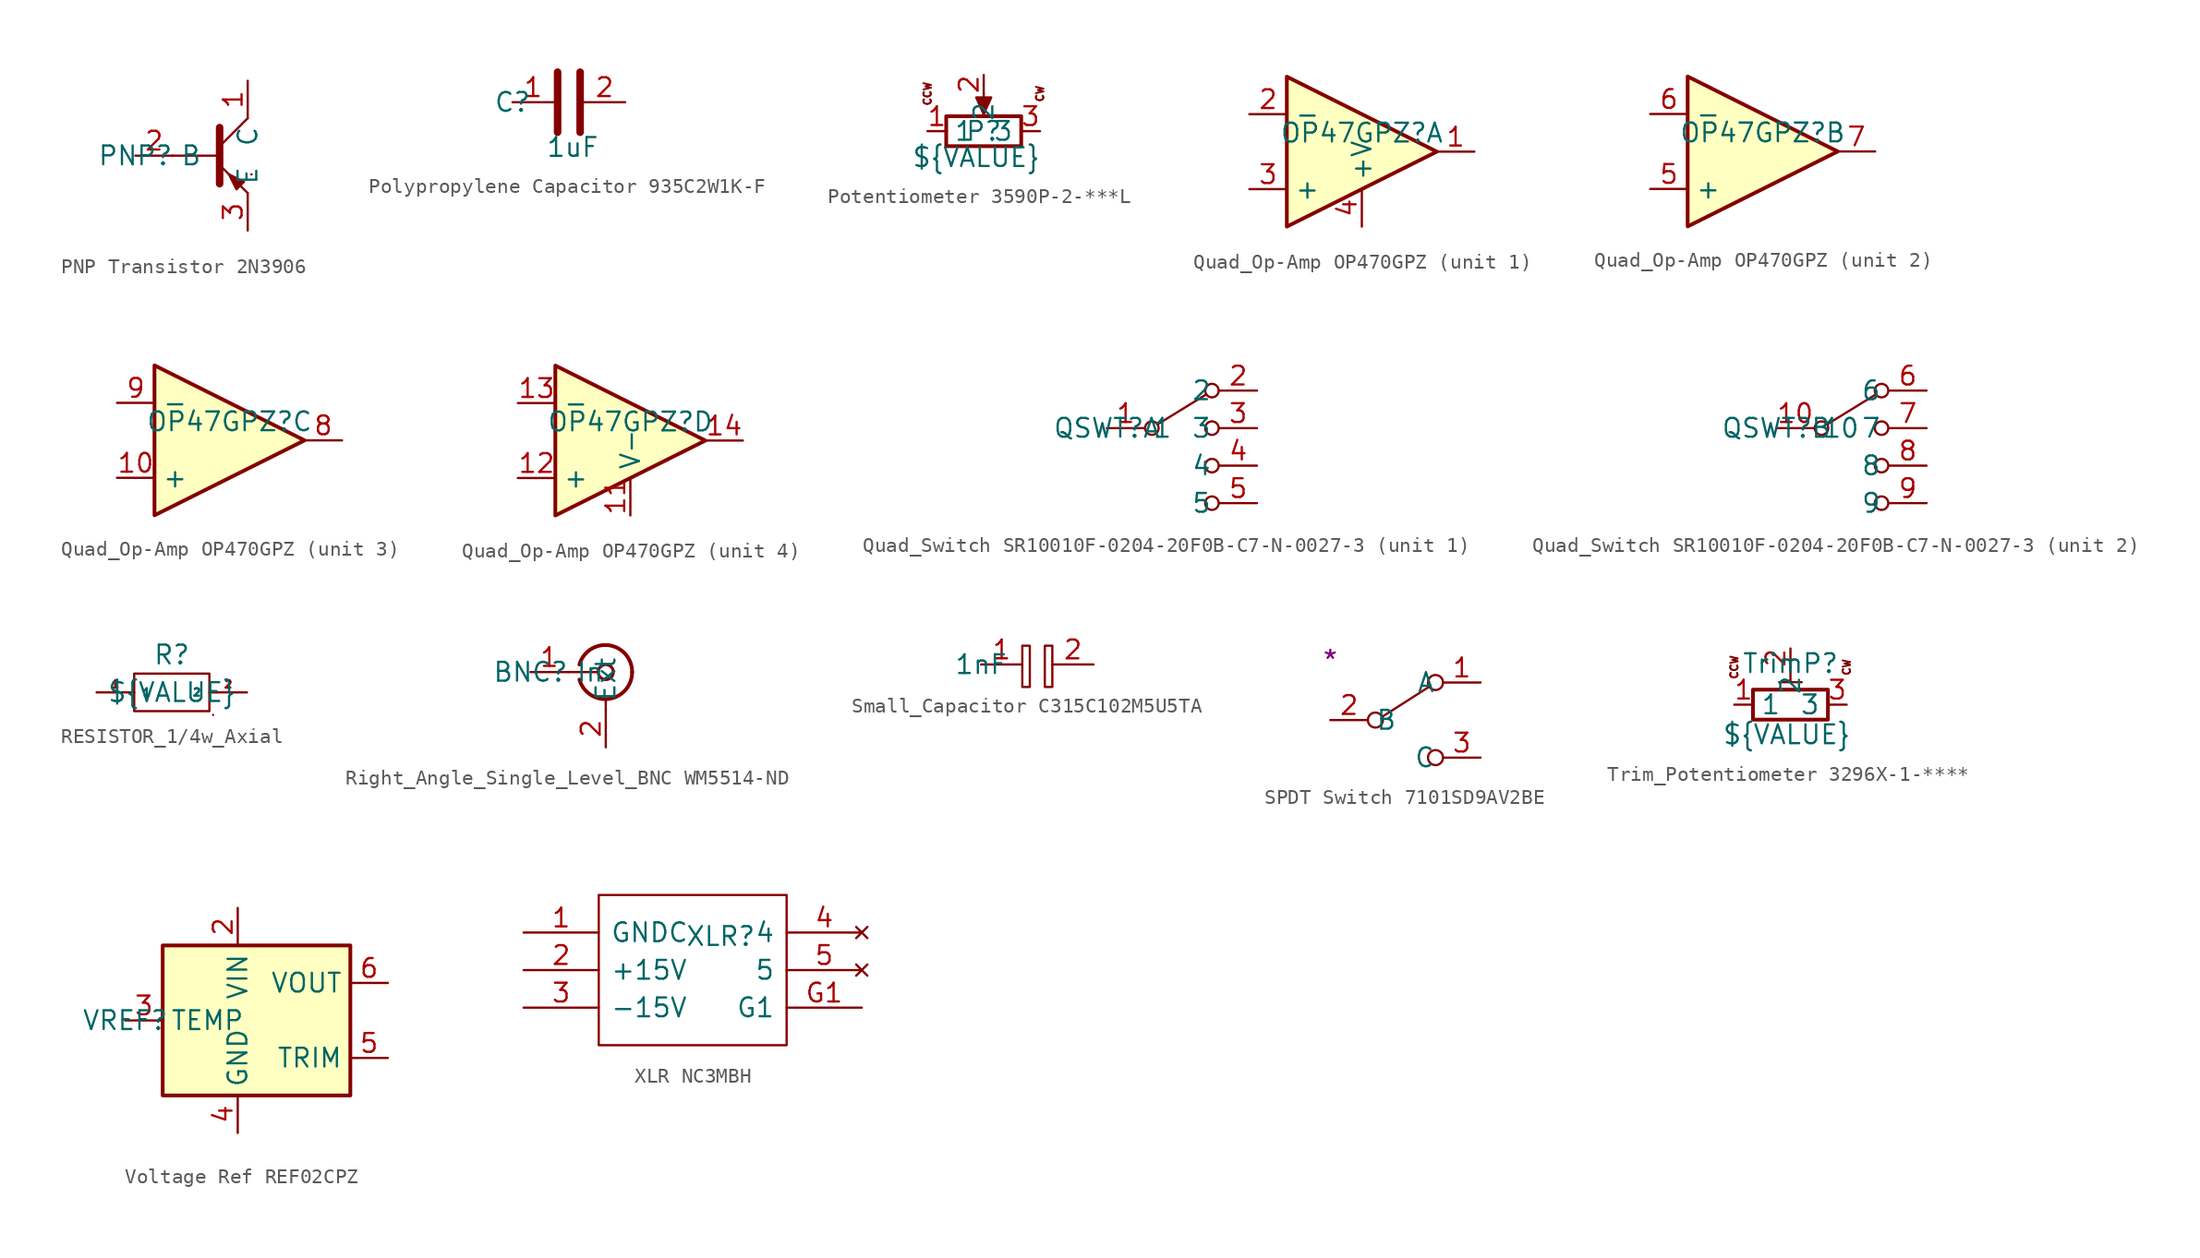
<source format=kicad_sym>
(kicad_symbol_lib
  (version 20220914)
  (generator kicad_symbol_editor)
  (symbol "PNP Transistor 2N3906"
    (property "Reference" "PNP"
      (at 0 0 0)
      (effects (font (size 1.27 1.27))))
    (symbol "PNP Transistor 2N3906_0_1"
      (polyline (pts (xy 2.54 0) (xy 5.715 0)) (stroke (width 0.152) (type default)) (fill (type none)))
      (polyline (pts (xy 5.715 0.635) (xy 7.62 2.54)) (stroke (width 0) (type default)) (fill (type none)))
      (polyline (pts (xy 7.874 -1.27) (xy 7.874 -1.27)) (stroke (width 0.152) (type default)) (fill (type none)))
      (polyline (pts (xy 7.874 -1.27) (xy 7.874 -1.27)) (stroke (width 0.152) (type default)) (fill (type none)))
      (polyline (pts (xy 5.715 -0.635) (xy 7.62 -2.54) (xy 7.62 -2.54)) (stroke (width 0) (type default)) (fill (type none)))
      (polyline (pts (xy 5.715 1.905) (xy 5.715 -1.905) (xy 5.715 -1.905)) (stroke (width 0.508) (type default)) (fill (type none)))
      (polyline (pts (xy 7.366 -1.778) (xy 6.858 -2.286) (xy 6.35 -1.27) (xy 7.366 -1.778) (xy 7.366 -1.778)) (stroke (width 0) (type default)) (fill (type outline))))
    (symbol "PNP Transistor 2N3906_1_1"
      (pin open_collector line (at 7.62 5.08 270) (length 2.54) (name "C" (effects (font (size 1.27 1.27)))) (number "1" (effects (font (size 1.27 1.27)))))
      (pin input line (at 0 0 0) (length 2.54) (name "B" (effects (font (size 1.27 1.27)))) (number "2" (effects (font (size 1.27 1.27)))))
      (pin open_emitter line (at 7.62 -5.08 90) (length 2.54) (name "E" (effects (font (size 1.27 1.27)))) (number "3" (effects (font (size 1.27 1.27)))))))
  (symbol "Polypropylene Capacitor 935C2W1K-F"
    (property "Reference" "C"
      (at 0 0 0)
      (effects (font (size 1.27 1.27))))
    (property "Value" "1uF"
      (at 4.064 -3.048 0)
      (effects (font (size 1.27 1.27))))
    (symbol "Polypropylene Capacitor 935C2W1K-F_0_1"
      (polyline (pts (xy 3.048 -2.032) (xy 3.048 2.032)) (stroke (width 0.508) (type default)) (fill (type none)))
      (polyline (pts (xy 4.572 -2.032) (xy 4.572 2.032)) (stroke (width 0.508) (type default)) (fill (type none))))
    (symbol "Polypropylene Capacitor 935C2W1K-F_1_1"
      (pin passive line (at 0 0 0) (length 2.794) (name "~" (effects (font (size 1.27 1.27)))) (number "1" (effects (font (size 1.27 1.27)))))
      (pin passive line (at 7.62 0 180) (length 2.794) (name "~" (effects (font (size 1.27 1.27)))) (number "2" (effects (font (size 1.27 1.27)))))))
  (symbol "Potentiometer 3590P-2-***L"
    (property "Reference" "P"
      (at 3.81 0 0)
      (effects (font (size 1.27 1.27))))
    (property "Value" "${VALUE}"
      (at 3.302 -1.778 0)
      (effects (font (size 1.27 1.27))))
    (symbol "Potentiometer 3590P-2-***L_0_1"
      (polyline (pts (xy 3.81 2.54) (xy 3.81 1.524)) (stroke (width 0) (type default)) (fill (type none)))
      (polyline (pts (xy 3.81 1.143) (xy 3.302 2.286) (xy 4.318 2.286) (xy 3.81 1.143)) (stroke (width 0) (type default)) (fill (type outline)))
      (rectangle (start 1.27 1.016) (end 6.35 -1.016) (stroke (width 0.254) (type default)) (fill (type none))))
    (symbol "Potentiometer 3590P-2-***L_1_1"
      (text "CCW" (at 0 2.54 900) (effects (font (size 0.5 0.5))))
      (text "CW" (at 7.62 2.54 900) (effects (font (size 0.5 0.5))))
      (pin passive line (at 0 0 0) (length 1.27) (name "1" (effects (font (size 1.27 1.27)))) (number "1" (effects (font (size 1.27 1.27)))))
      (pin passive line (at 3.81 3.81 270) (length 1.27) (name "2" (effects (font (size 1.27 1.27)))) (number "2" (effects (font (size 1.27 1.27)))))
      (pin passive line (at 7.62 0 180) (length 1.27) (name "3" (effects (font (size 1.27 1.27)))) (number "3" (effects (font (size 1.27 1.27)))))))
  (symbol "Quad_Op-Amp OP470GPZ"
    (property "Reference" "OP47GPZ"
      (at 0 6.35 0)
      (effects (font (size 1.27 1.27))))
    (property "Value" ""
      (at 0 0 0)
      (effects (font (size 1.27 1.27))))
    (property "ki_locked" ""
      (at 0 0 0)
      (effects (font (size 1.27 1.27))))
    (symbol "Quad_Op-Amp OP470GPZ_0_1"
      (polyline (pts (xy 5.08 5.08) (xy -5.08 10.16) (xy -5.08 0) (xy 5.08 5.08)) (stroke (width 0.254) (type default)) (fill (type background))))
    (symbol "Quad_Op-Amp OP470GPZ_1_1"
      (pin output line (at 7.62 5.08 180) (length 2.54) (name "~" (effects (font (size 1.27 1.27)))) (number "1" (effects (font (size 1.27 1.27)))))
      (pin input line (at -7.62 7.62 0) (length 2.54) (name "-" (effects (font (size 1.27 1.27)))) (number "2" (effects (font (size 1.27 1.27)))))
      (pin input line (at -7.62 2.54 0) (length 2.54) (name "+" (effects (font (size 1.27 1.27)))) (number "3" (effects (font (size 1.27 1.27)))))
      (pin power_in line (at 0 0 90) (length 2.54) (name "+V" (effects (font (size 1.27 1.27)))) (number "4" (effects (font (size 1.27 1.27))))))
    (symbol "Quad_Op-Amp OP470GPZ_2_1"
      (pin input line (at -7.62 2.54 0) (length 2.54) (name "+" (effects (font (size 1.27 1.27)))) (number "5" (effects (font (size 1.27 1.27)))))
      (pin input line (at -7.62 7.62 0) (length 2.54) (name "-" (effects (font (size 1.27 1.27)))) (number "6" (effects (font (size 1.27 1.27)))))
      (pin output line (at 7.62 5.08 180) (length 2.54) (name "~" (effects (font (size 1.27 1.27)))) (number "7" (effects (font (size 1.27 1.27))))))
    (symbol "Quad_Op-Amp OP470GPZ_3_1"
      (pin input line (at -7.62 2.54 0) (length 2.54) (name "+" (effects (font (size 1.27 1.27)))) (number "10" (effects (font (size 1.27 1.27)))))
      (pin output line (at 7.62 5.08 180) (length 2.54) (name "~" (effects (font (size 1.27 1.27)))) (number "8" (effects (font (size 1.27 1.27)))))
      (pin input line (at -7.62 7.62 0) (length 2.54) (name "-" (effects (font (size 1.27 1.27)))) (number "9" (effects (font (size 1.27 1.27))))))
    (symbol "Quad_Op-Amp OP470GPZ_4_1"
      (pin power_in line (at 0 0 90) (length 2.54) (name "V-" (effects (font (size 1.27 1.27)))) (number "11" (effects (font (size 1.27 1.27)))))
      (pin input line (at -7.62 2.54 0) (length 2.54) (name "+" (effects (font (size 1.27 1.27)))) (number "12" (effects (font (size 1.27 1.27)))))
      (pin input line (at -7.62 7.62 0) (length 2.54) (name "-" (effects (font (size 1.27 1.27)))) (number "13" (effects (font (size 1.27 1.27)))))
      (pin output line (at 7.62 5.08 180) (length 2.54) (name "~" (effects (font (size 1.27 1.27)))) (number "14" (effects (font (size 1.27 1.27)))))))
  (symbol "Quad_Switch SR10010F-0204-20F0B-C7-N-0027-3"
    (property "Reference" "QSWT"
      (at 0 0 0)
      (effects (font (size 1.27 1.27))))
    (property "Value" ""
      (at 0 0 0)
      (effects (font (size 1.27 1.27))))
    (symbol "Quad_Switch SR10010F-0204-20F0B-C7-N-0027-3_0_1"
      (polyline (pts (xy 3.429 0.254) (xy 6.731 2.286)) (stroke (width 0) (type default)) (fill (type none)))
      (circle (center 3.048 0) (radius 0.457) (stroke (width 0) (type default)) (fill (type none)))
      (circle (center 7.112 -5.08) (radius 0.457) (stroke (width 0) (type default)) (fill (type none)))
      (circle (center 7.112 -2.54) (radius 0.457) (stroke (width 0) (type default)) (fill (type none)))
      (circle (center 7.112 0) (radius 0.457) (stroke (width 0) (type default)) (fill (type none)))
      (circle (center 7.112 2.54) (radius 0.457) (stroke (width 0) (type default)) (fill (type none))))
    (symbol "Quad_Switch SR10010F-0204-20F0B-C7-N-0027-3_1_1"
      (pin passive line (at 0 0 0) (length 2.54) (name "1" (effects (font (size 1.27 1.27)))) (number "1" (effects (font (size 1.27 1.27)))))
      (pin passive line (at 10.16 2.54 180) (length 2.54) (name "2" (effects (font (size 1.27 1.27)))) (number "2" (effects (font (size 1.27 1.27)))))
      (pin passive line (at 10.16 0 180) (length 2.54) (name "3" (effects (font (size 1.27 1.27)))) (number "3" (effects (font (size 1.27 1.27)))))
      (pin passive line (at 10.16 -2.54 180) (length 2.54) (name "4" (effects (font (size 1.27 1.27)))) (number "4" (effects (font (size 1.27 1.27)))))
      (pin passive line (at 10.16 -5.08 180) (length 2.54) (name "5" (effects (font (size 1.27 1.27)))) (number "5" (effects (font (size 1.27 1.27))))))
    (symbol "Quad_Switch SR10010F-0204-20F0B-C7-N-0027-3_2_1"
      (pin passive line (at 0 0 0) (length 2.54) (name "10" (effects (font (size 1.27 1.27)))) (number "10" (effects (font (size 1.27 1.27)))))
      (pin passive line (at 10.16 2.54 180) (length 2.54) (name "6" (effects (font (size 1.27 1.27)))) (number "6" (effects (font (size 1.27 1.27)))))
      (pin passive line (at 10.16 0 180) (length 2.54) (name "7" (effects (font (size 1.27 1.27)))) (number "7" (effects (font (size 1.27 1.27)))))
      (pin passive line (at 10.16 -2.54 180) (length 2.54) (name "8" (effects (font (size 1.27 1.27)))) (number "8" (effects (font (size 1.27 1.27)))))
      (pin passive line (at 10.16 -5.08 180) (length 2.54) (name "9" (effects (font (size 1.27 1.27)))) (number "9" (effects (font (size 1.27 1.27)))))))
  (symbol "RESISTOR_1/4w_Axial"
    (property "Reference" "R"
      (at 0 2.54 0)
      (effects (font (size 1.27 1.27))))
    (property "Value" "${VALUE}"
      (at 0 0 0)
      (effects (font (size 1.27 1.27))))
    (symbol "RESISTOR_1/4w_Axial_0_1"
      (rectangle (start -2.54 1.27) (end 2.54 -1.27) (stroke (width 0) (type default)) (fill (type none)))
      (rectangle (start 2.794 -1.524) (end 2.794 -1.524) (stroke (width 0) (type default)) (fill (type none))))
    (symbol "RESISTOR_1/4w_Axial_1_1"
      (pin bidirectional line (at -5.08 0 0) (length 2.54) (name "1" (effects (font (size 0.5 0.5)))) (number "1" (effects (font (size 0.5 0.5)))))
      (pin bidirectional line (at 5.08 0 180) (length 2.54) (name "2" (effects (font (size 0.5 0.5)))) (number "2" (effects (font (size 0.5 0.5)))))))
  (symbol "Right_Angle_Single_Level_BNC WM5514-ND"
    (property "Reference" "BNC"
      (at 0 0 0)
      (effects (font (size 1.27 1.27))))
    (symbol "Right_Angle_Single_Level_BNC WM5514-ND_0_1"
      (polyline (pts (xy 2.54 0) (xy 4.572 0)) (stroke (width 0) (type default)) (fill (type none)))
      (polyline (pts (xy 5.08 -2.54) (xy 5.08 -1.778)) (stroke (width 0) (type default)) (fill (type none)))
      (arc (start 3.302 -0.508) (mid 5.302 -1.808) (end 6.858 0) (stroke (width 0.254) (type default)) (fill (type none)))
      (circle (center 5.08 0) (radius 0.508) (stroke (width 0.203) (type default)) (fill (type none)))
      (arc (start 6.858 0) (mid 5.3021 1.8083) (end 3.302 0.508) (stroke (width 0.254) (type default)) (fill (type none))))
    (symbol "Right_Angle_Single_Level_BNC WM5514-ND_1_1"
      (pin passive line (at 0 0 0) (length 2.54) (name "In" (effects (font (size 1.27 1.27)))) (number "1" (effects (font (size 1.27 1.27)))))
      (pin passive line (at 5.08 -5.08 90) (length 2.54) (name "Ext" (effects (font (size 1.27 1.27)))) (number "2" (effects (font (size 1.27 1.27)))))))
  (symbol "Small_Capacitor C315C102M5U5TA"
    (property "Reference" "SC"
      (at 0 0 0)
      (effects (font (size 1.27 1.27)) hide))
    (property "Value" "1nF"
      (at 0 0 0)
      (effects (font (size 1.27 1.27))))
    (symbol "Small_Capacitor C315C102M5U5TA_0_1"
      (rectangle (start 2.794 1.27) (end 3.302 -1.524) (stroke (width 0) (type default)) (fill (type none)))
      (rectangle (start 4.318 1.27) (end 4.826 -1.524) (stroke (width 0) (type default)) (fill (type none))))
    (symbol "Small_Capacitor C315C102M5U5TA_1_1"
      (pin passive line (at 0 0 0) (length 2.794) (name "~" (effects (font (size 1.27 1.27)))) (number "1" (effects (font (size 1.27 1.27)))))
      (pin passive line (at 7.62 0 180) (length 2.794) (name "~" (effects (font (size 1.27 1.27)))) (number "2" (effects (font (size 1.27 1.27)))))))
  (symbol "SPDT Switch 7101SD9AV2BE"
    (property "Reference" "SW"
      (at 6.35 0 0)
      (effects (font (size 1.27 1.27)) hide))
    (property "Name" "*"
      (at 0 4.064 0)
      (effects (font (size 1.27 1.27))))
    (symbol "SPDT Switch 7101SD9AV2BE_0_0"
      (circle (center 3.048 0) (radius 0.508) (stroke (width 0) (type default)) (fill (type none)))
      (circle (center 7.112 -2.54) (radius 0.508) (stroke (width 0) (type default)) (fill (type none))))
    (symbol "SPDT Switch 7101SD9AV2BE_0_1"
      (polyline (pts (xy 3.556 0.254) (xy 6.731 2.286)) (stroke (width 0) (type default)) (fill (type none)))
      (circle (center 7.112 2.54) (radius 0.508) (stroke (width 0) (type default)) (fill (type none))))
    (symbol "SPDT Switch 7101SD9AV2BE_1_1"
      (pin passive line (at 10.16 2.54 180) (length 2.54) (name "A" (effects (font (size 1.27 1.27)))) (number "1" (effects (font (size 1.27 1.27)))))
      (pin passive line (at 0 0 0) (length 2.54) (name "B" (effects (font (size 1.27 1.27)))) (number "2" (effects (font (size 1.27 1.27)))))
      (pin passive line (at 10.16 -2.54 180) (length 2.54) (name "C" (effects (font (size 1.27 1.27)))) (number "3" (effects (font (size 1.27 1.27)))))))
  (symbol "Trim_Potentiometer 3296X-1-****"
    (property "Reference" "TrimP"
      (at 3.81 2.794 0)
      (effects (font (size 1.27 1.27))))
    (property "Value" "${VALUE}"
      (at 3.556 -2.032 0)
      (effects (font (size 1.27 1.27))))
    (symbol "Trim_Potentiometer 3296X-1-****_0_1"
      (polyline (pts (xy 3.048 1.524) (xy 4.572 1.524)) (stroke (width 0) (type default)) (fill (type none)))
      (polyline (pts (xy 3.81 2.54) (xy 3.81 1.524)) (stroke (width 0) (type default)) (fill (type none)))
      (rectangle (start 1.27 1.016) (end 6.35 -1.016) (stroke (width 0.254) (type default)) (fill (type none))))
    (symbol "Trim_Potentiometer 3296X-1-****_1_1"
      (text "CCW" (at 0 2.54 900) (effects (font (size 0.5 0.5))))
      (text "CW" (at 7.62 2.54 900) (effects (font (size 0.5 0.5))))
      (pin passive line (at 0 0 0) (length 1.27) (name "1" (effects (font (size 1.27 1.27)))) (number "1" (effects (font (size 1.27 1.27)))))
      (pin passive line (at 3.81 3.81 270) (length 1.27) (name "2" (effects (font (size 1.27 1.27)))) (number "2" (effects (font (size 1.27 1.27)))))
      (pin passive line (at 7.62 0 180) (length 1.27) (name "3" (effects (font (size 1.27 1.27)))) (number "3" (effects (font (size 1.27 1.27)))))))
  (symbol "Voltage Ref REF02CPZ"
    (property "Reference" "VREF"
      (at 0 0 0)
      (effects (font (size 1.27 1.27))))
    (symbol "Voltage Ref REF02CPZ_0_1"
      (rectangle (start 2.54 5.08) (end 15.24 -5.08) (stroke (width 0.254) (type default)) (fill (type background))))
    (symbol "Voltage Ref REF02CPZ_1_1"
      (pin no_connect line (at 10.16 -7.62 90) (length 2.54) hide (name "NC" (effects (font (size 1.27 1.27)))) (number "1" (effects (font (size 1.27 1.27)))))
      (pin power_in line (at 7.62 7.62 270) (length 2.54) (name "VIN" (effects (font (size 1.27 1.27)))) (number "2" (effects (font (size 1.27 1.27)))))
      (pin passive line (at 0 0 0) (length 2.54) (name "TEMP" (effects (font (size 1.27 1.27)))) (number "3" (effects (font (size 1.27 1.27)))))
      (pin power_in line (at 7.62 -7.62 90) (length 2.54) (name "GND" (effects (font (size 1.27 1.27)))) (number "4" (effects (font (size 1.27 1.27)))))
      (pin passive line (at 17.78 -2.54 180) (length 2.54) (name "TRIM" (effects (font (size 1.27 1.27)))) (number "5" (effects (font (size 1.27 1.27)))))
      (pin power_out line (at 17.78 2.54 180) (length 2.54) (name "VOUT" (effects (font (size 1.27 1.27)))) (number "6" (effects (font (size 1.27 1.27)))))
      (pin no_connect line (at 5.08 -7.62 90) (length 2.54) hide (name "NC" (effects (font (size 1.27 1.27)))) (number "7" (effects (font (size 1.27 1.27)))))
      (pin no_connect line (at 17.78 0 180) (length 2.54) hide (name "NC" (effects (font (size 1.27 1.27)))) (number "8" (effects (font (size 1.27 1.27)))))))
  (symbol "XLR NC3MBH"
    (pin_names
      (offset 0.762))
    (property "Reference" "XLR"
      (at 10.922 -0.254 0)
      (effects (font (size 1.27 1.27)) (justify left)))
    (symbol "XLR NC3MBH_0_1"
      (polyline (pts (xy 5.08 2.54) (xy 17.78 2.54) (xy 17.78 -7.62) (xy 5.08 -7.62) (xy 5.08 2.54)) (stroke (width 0.152) (type solid)) (fill (type none))))
    (symbol "XLR NC3MBH_1_0"
      (pin passive line (at 0 0 0) (length 5.08) (name "GNDC" (effects (font (size 1.27 1.27)))) (number "1" (effects (font (size 1.27 1.27)))))
      (pin output line (at 0 -2.54 0) (length 5.08) (name "+15V" (effects (font (size 1.27 1.27)))) (number "2" (effects (font (size 1.27 1.27)))))
      (pin output line (at 0 -5.08 0) (length 5.08) (name "-15V" (effects (font (size 1.27 1.27)))) (number "3" (effects (font (size 1.27 1.27)))))
      (pin no_connect line (at 22.86 0 180) (length 5.08) (name "4" (effects (font (size 1.27 1.27)))) (number "4" (effects (font (size 1.27 1.27)))))
      (pin no_connect line (at 22.86 -2.54 180) (length 5.08) (name "5" (effects (font (size 1.27 1.27)))) (number "5" (effects (font (size 1.27 1.27)))))
      (pin passive line (at 22.86 -5.08 180) (length 5.08) (name "G1" (effects (font (size 1.27 1.27)))) (number "G1" (effects (font (size 1.27 1.27))))))))
</source>
